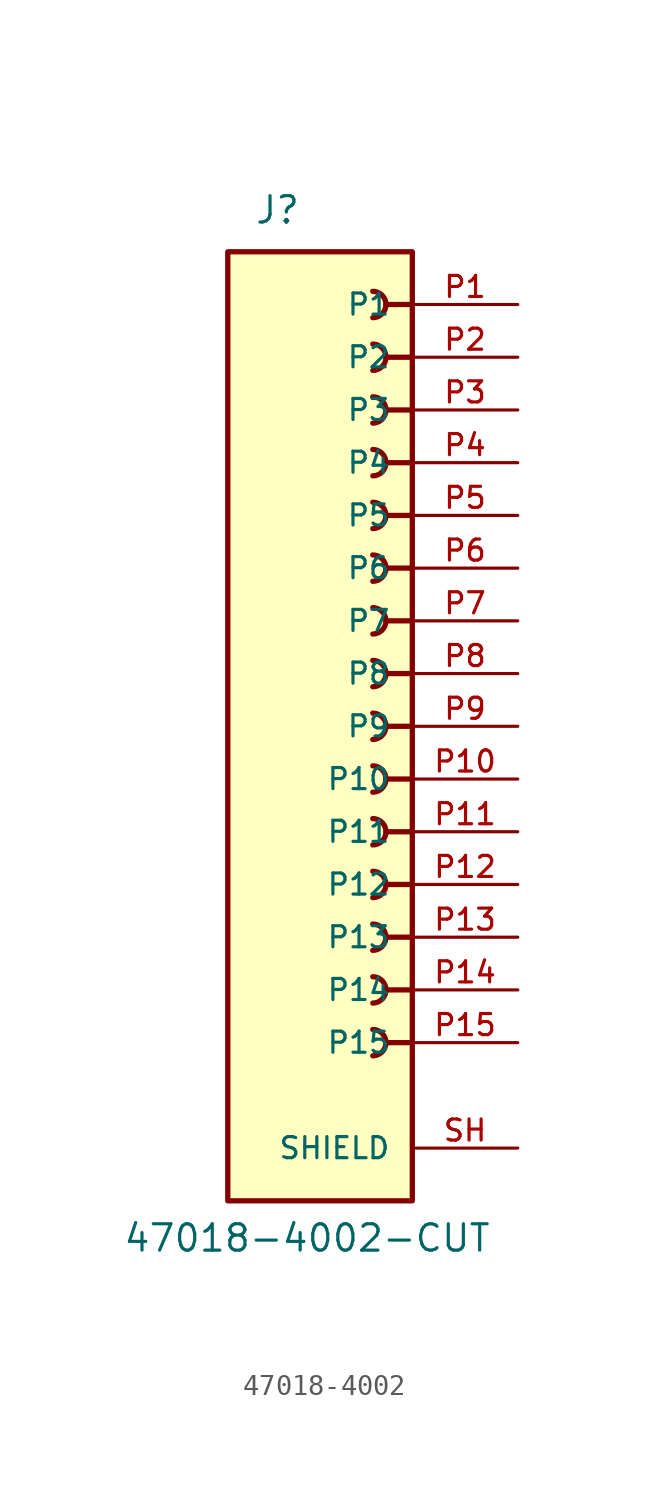
<source format=kicad_sym>
(kicad_symbol_lib
  (version 20220914)
  (generator kicad_symbol_editor)
  (symbol "47018-4002"
    (pin_names
      (offset 1.016))
    (property "Reference" "J"
      (at -3.81 24.13 0)
      (effects (font (size 1.27 1.27)) (justify left bottom)))
    (property "Value" "47018-4002-CUT"
      (at -10.16 -25.4 0)
      (effects (font (size 1.27 1.27)) (justify left bottom)))
    (symbol "47018-4002_0_0"
      (rectangle (start -5.08 22.86) (end 3.81 -22.86) (stroke (width 0.254) (type default)) (fill (type background)))
      (polyline (pts (xy 3.81 -15.24) (xy 2.54 -15.24)) (stroke (width 0.254) (type default)) (fill (type none)))
      (polyline (pts (xy 3.81 -12.7) (xy 2.54 -12.7)) (stroke (width 0.254) (type default)) (fill (type none)))
      (polyline (pts (xy 3.81 -10.16) (xy 2.54 -10.16)) (stroke (width 0.254) (type default)) (fill (type none)))
      (polyline (pts (xy 3.81 -7.62) (xy 2.54 -7.62)) (stroke (width 0.254) (type default)) (fill (type none)))
      (polyline (pts (xy 3.81 -5.08) (xy 2.54 -5.08)) (stroke (width 0.254) (type default)) (fill (type none)))
      (polyline (pts (xy 3.81 -2.54) (xy 2.54 -2.54)) (stroke (width 0.254) (type default)) (fill (type none)))
      (polyline (pts (xy 3.81 0) (xy 2.54 0)) (stroke (width 0.254) (type default)) (fill (type none)))
      (polyline (pts (xy 3.81 2.54) (xy 2.54 2.54)) (stroke (width 0.254) (type default)) (fill (type none)))
      (polyline (pts (xy 3.81 5.08) (xy 2.54 5.08)) (stroke (width 0.254) (type default)) (fill (type none)))
      (polyline (pts (xy 3.81 7.62) (xy 2.54 7.62)) (stroke (width 0.254) (type default)) (fill (type none)))
      (polyline (pts (xy 3.81 10.16) (xy 2.54 10.16)) (stroke (width 0.254) (type default)) (fill (type none)))
      (polyline (pts (xy 3.81 12.7) (xy 2.54 12.7)) (stroke (width 0.254) (type default)) (fill (type none)))
      (polyline (pts (xy 3.81 15.24) (xy 2.54 15.24)) (stroke (width 0.254) (type default)) (fill (type none)))
      (polyline (pts (xy 3.81 17.78) (xy 2.54 17.78)) (stroke (width 0.254) (type default)) (fill (type none)))
      (polyline (pts (xy 3.81 20.32) (xy 2.54 20.32)) (stroke (width 0.254) (type default)) (fill (type none)))
      (arc (start 1.905 -15.875) (mid 2.537 -15.24) (end 1.905 -14.605) (stroke (width 0.254) (type default)) (fill (type none)))
      (arc (start 1.905 -13.335) (mid 2.537 -12.7) (end 1.905 -12.065) (stroke (width 0.254) (type default)) (fill (type none)))
      (arc (start 1.905 -10.795) (mid 2.537 -10.16) (end 1.905 -9.525) (stroke (width 0.254) (type default)) (fill (type none)))
      (arc (start 1.905 -8.255) (mid 2.537 -7.62) (end 1.905 -6.985) (stroke (width 0.254) (type default)) (fill (type none)))
      (arc (start 1.905 -5.715) (mid 2.537 -5.08) (end 1.905 -4.445) (stroke (width 0.254) (type default)) (fill (type none)))
      (arc (start 1.905 -3.175) (mid 2.537 -2.54) (end 1.905 -1.905) (stroke (width 0.254) (type default)) (fill (type none)))
      (arc (start 1.905 -0.635) (mid 2.537 0) (end 1.905 0.635) (stroke (width 0.254) (type default)) (fill (type none)))
      (arc (start 1.905 1.905) (mid 2.537 2.54) (end 1.905 3.175) (stroke (width 0.254) (type default)) (fill (type none)))
      (arc (start 1.905 4.445) (mid 2.537 5.08) (end 1.905 5.715) (stroke (width 0.254) (type default)) (fill (type none)))
      (arc (start 1.905 6.985) (mid 2.537 7.62) (end 1.905 8.255) (stroke (width 0.254) (type default)) (fill (type none)))
      (arc (start 1.905 9.525) (mid 2.537 10.16) (end 1.905 10.795) (stroke (width 0.254) (type default)) (fill (type none)))
      (arc (start 1.905 12.065) (mid 2.537 12.7) (end 1.905 13.335) (stroke (width 0.254) (type default)) (fill (type none)))
      (arc (start 1.905 14.605) (mid 2.537 15.24) (end 1.905 15.875) (stroke (width 0.254) (type default)) (fill (type none)))
      (arc (start 1.905 17.145) (mid 2.537 17.78) (end 1.905 18.415) (stroke (width 0.254) (type default)) (fill (type none)))
      (arc (start 1.905 19.685) (mid 2.537 20.32) (end 1.905 20.955) (stroke (width 0.254) (type default)) (fill (type none)))
      (pin power_in line (at 8.89 20.32 180) (length 5.08) (name "P1" (effects (font (size 1.016 1.016)))) (number "P1" (effects (font (size 1.016 1.016)))))
      (pin power_in line (at 8.89 -2.54 180) (length 5.08) (name "P10" (effects (font (size 1.016 1.016)))) (number "P10" (effects (font (size 1.016 1.016)))))
      (pin power_in line (at 8.89 -5.08 180) (length 5.08) (name "P11" (effects (font (size 1.016 1.016)))) (number "P11" (effects (font (size 1.016 1.016)))))
      (pin power_in line (at 8.89 -7.62 180) (length 5.08) (name "P12" (effects (font (size 1.016 1.016)))) (number "P12" (effects (font (size 1.016 1.016)))))
      (pin power_in line (at 8.89 -10.16 180) (length 5.08) (name "P13" (effects (font (size 1.016 1.016)))) (number "P13" (effects (font (size 1.016 1.016)))))
      (pin power_in line (at 8.89 -12.7 180) (length 5.08) (name "P14" (effects (font (size 1.016 1.016)))) (number "P14" (effects (font (size 1.016 1.016)))))
      (pin power_in line (at 8.89 -15.24 180) (length 5.08) (name "P15" (effects (font (size 1.016 1.016)))) (number "P15" (effects (font (size 1.016 1.016)))))
      (pin power_in line (at 8.89 17.78 180) (length 5.08) (name "P2" (effects (font (size 1.016 1.016)))) (number "P2" (effects (font (size 1.016 1.016)))))
      (pin power_in line (at 8.89 15.24 180) (length 5.08) (name "P3" (effects (font (size 1.016 1.016)))) (number "P3" (effects (font (size 1.016 1.016)))))
      (pin power_in line (at 8.89 12.7 180) (length 5.08) (name "P4" (effects (font (size 1.016 1.016)))) (number "P4" (effects (font (size 1.016 1.016)))))
      (pin power_in line (at 8.89 10.16 180) (length 5.08) (name "P5" (effects (font (size 1.016 1.016)))) (number "P5" (effects (font (size 1.016 1.016)))))
      (pin power_in line (at 8.89 7.62 180) (length 5.08) (name "P6" (effects (font (size 1.016 1.016)))) (number "P6" (effects (font (size 1.016 1.016)))))
      (pin power_in line (at 8.89 5.08 180) (length 5.08) (name "P7" (effects (font (size 1.016 1.016)))) (number "P7" (effects (font (size 1.016 1.016)))))
      (pin power_in line (at 8.89 2.54 180) (length 5.08) (name "P8" (effects (font (size 1.016 1.016)))) (number "P8" (effects (font (size 1.016 1.016)))))
      (pin power_in line (at 8.89 0 180) (length 5.08) (name "P9" (effects (font (size 1.016 1.016)))) (number "P9" (effects (font (size 1.016 1.016))))))
    (symbol "47018-4002_1_0"
      (pin passive line (at 8.89 -20.32 180) (length 5.08) (name "SHIELD" (effects (font (size 1.016 1.016)))) (number "SH" (effects (font (size 1.016 1.016))))))))
</source>
